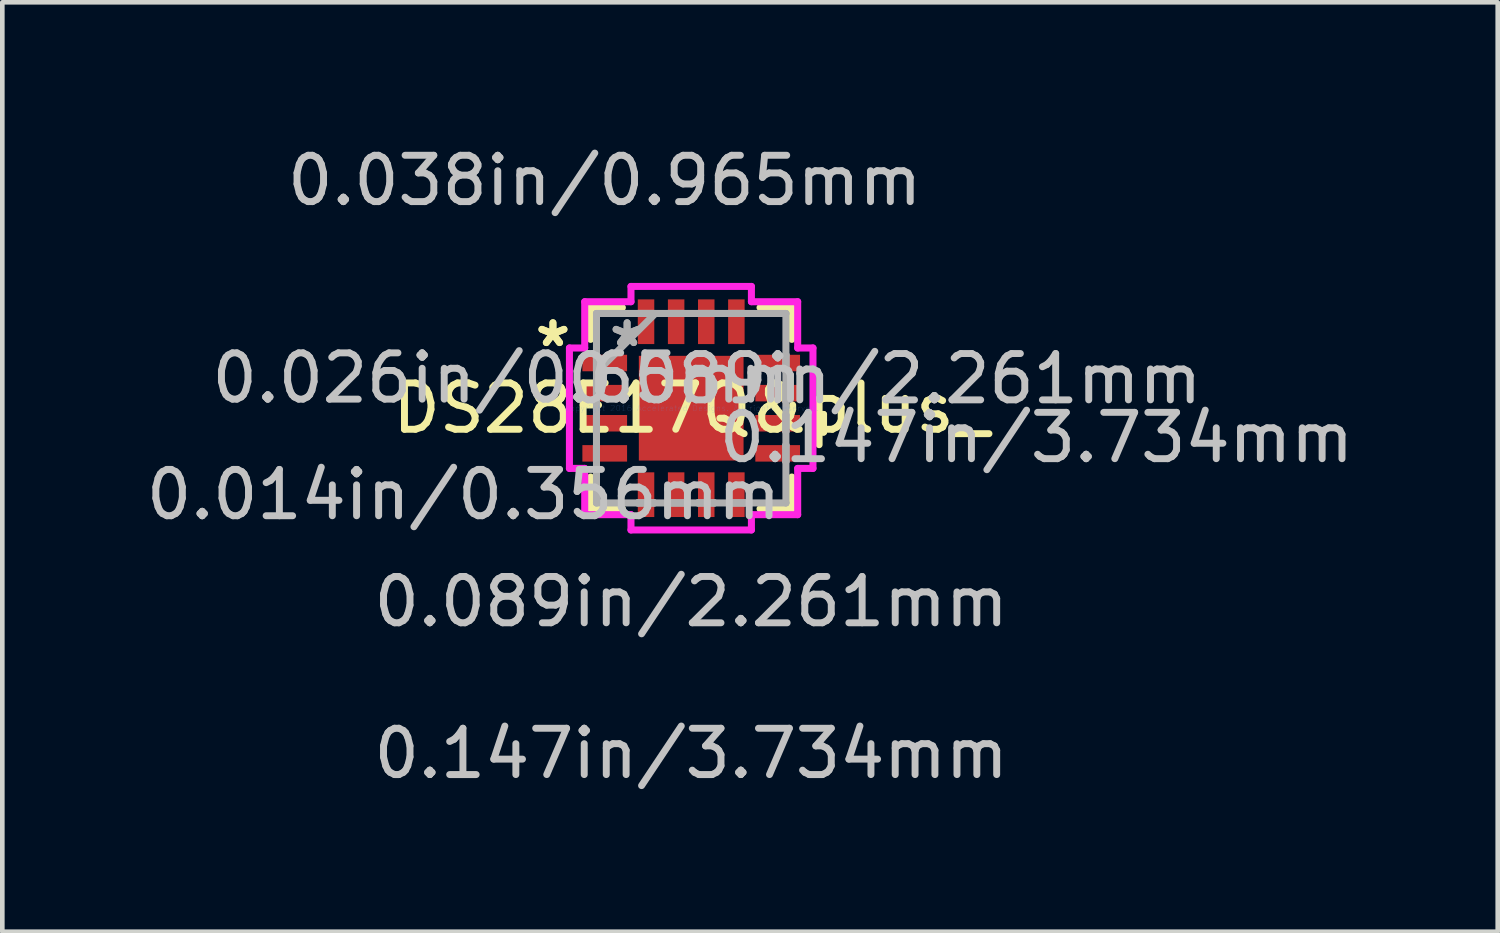
<source format=kicad_pcb>
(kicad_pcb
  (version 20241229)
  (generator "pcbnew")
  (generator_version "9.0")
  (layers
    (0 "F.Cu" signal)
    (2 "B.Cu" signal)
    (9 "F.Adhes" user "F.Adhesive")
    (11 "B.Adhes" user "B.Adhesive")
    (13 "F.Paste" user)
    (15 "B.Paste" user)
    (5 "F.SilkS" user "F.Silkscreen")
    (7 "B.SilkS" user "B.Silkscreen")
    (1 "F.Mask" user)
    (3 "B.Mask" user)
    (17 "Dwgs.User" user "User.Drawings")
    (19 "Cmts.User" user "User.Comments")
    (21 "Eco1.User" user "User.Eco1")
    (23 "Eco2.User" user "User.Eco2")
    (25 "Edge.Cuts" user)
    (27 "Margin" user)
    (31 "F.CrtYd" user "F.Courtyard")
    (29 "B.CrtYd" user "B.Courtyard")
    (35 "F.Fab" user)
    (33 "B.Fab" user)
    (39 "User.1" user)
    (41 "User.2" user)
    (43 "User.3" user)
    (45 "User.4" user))
  (footprint "DS28E17Q&plus_"
    (layer "F.Cu")
    (at 11.873 5.763)
    (property "Reference" "DS28E17Q&plus_" (at 0 0 0) (layer "F.SilkS") (effects (font (size 1 1) (thickness 0.15))))
    (attr through_hole)
    (fp_line (start -2.172 -2.172) (end -2.172 -1.486) (stroke (width 0.152) (type solid)) (layer "F.SilkS"))
    (fp_line (start -2.172 1.486) (end -2.172 2.172) (stroke (width 0.152) (type solid)) (layer "F.SilkS"))
    (fp_line (start -2.172 2.172) (end -1.486 2.172) (stroke (width 0.152) (type solid)) (layer "F.SilkS"))
    (fp_line (start -1.486 -2.172) (end -2.172 -2.172) (stroke (width 0.152) (type solid)) (layer "F.SilkS"))
    (fp_line (start 1.486 2.172) (end 2.172 2.172) (stroke (width 0.152) (type solid)) (layer "F.SilkS"))
    (fp_line (start 2.172 -2.172) (end 1.486 -2.172) (stroke (width 0.152) (type solid)) (layer "F.SilkS"))
    (fp_line (start 2.172 -1.486) (end 2.172 -2.172) (stroke (width 0.152) (type solid)) (layer "F.SilkS"))
    (fp_line (start 2.172 2.172) (end 2.172 1.486) (stroke (width 0.152) (type solid)) (layer "F.SilkS"))
    (fp_line (start 2.603 0.135) (end 2.857 0.135) (stroke (width 0.152) (type solid)) (layer "F.SilkS"))
    (fp_line (start 2.603 0.516) (end 2.603 0.135) (stroke (width 0.152) (type solid)) (layer "F.SilkS"))
    (fp_line (start 2.857 0.135) (end 2.857 0.516) (stroke (width 0.152) (type solid)) (layer "F.SilkS"))
    (fp_line (start 2.857 0.516) (end 2.603 0.516) (stroke (width 0.152) (type solid)) (layer "F.SilkS"))
    (fp_line (start -1.13 -1.13) (end -1.13 1.13) (stroke (width 0.152) (type solid)) (layer "F.Paste"))
    (fp_line (start -1.13 1.13) (end 1.13 1.13) (stroke (width 0.152) (type solid)) (layer "F.Paste"))
    (fp_line (start 1.13 -1.13) (end -1.13 -1.13) (stroke (width 0.152) (type solid)) (layer "F.Paste"))
    (fp_line (start 1.13 1.13) (end 1.13 -1.13) (stroke (width 0.152) (type solid)) (layer "F.Paste"))
    (fp_line (start -2.629 -1.3) (end -2.299 -1.3) (stroke (width 0.152) (type solid)) (layer "F.CrtYd"))
    (fp_line (start -2.629 1.3) (end -2.629 -1.3) (stroke (width 0.152) (type solid)) (layer "F.CrtYd"))
    (fp_line (start -2.299 -2.299) (end -1.3 -2.299) (stroke (width 0.152) (type solid)) (layer "F.CrtYd"))
    (fp_line (start -2.299 -1.3) (end -2.299 -2.299) (stroke (width 0.152) (type solid)) (layer "F.CrtYd"))
    (fp_line (start -2.299 1.3) (end -2.629 1.3) (stroke (width 0.152) (type solid)) (layer "F.CrtYd"))
    (fp_line (start -2.299 2.299) (end -2.299 1.3) (stroke (width 0.152) (type solid)) (layer "F.CrtYd"))
    (fp_line (start -1.3 -2.629) (end 1.3 -2.629) (stroke (width 0.152) (type solid)) (layer "F.CrtYd"))
    (fp_line (start -1.3 -2.299) (end -1.3 -2.629) (stroke (width 0.152) (type solid)) (layer "F.CrtYd"))
    (fp_line (start -1.3 2.299) (end -2.299 2.299) (stroke (width 0.152) (type solid)) (layer "F.CrtYd"))
    (fp_line (start -1.3 2.629) (end -1.3 2.299) (stroke (width 0.152) (type solid)) (layer "F.CrtYd"))
    (fp_line (start 1.3 -2.629) (end 1.3 -2.299) (stroke (width 0.152) (type solid)) (layer "F.CrtYd"))
    (fp_line (start 1.3 -2.299) (end 2.299 -2.299) (stroke (width 0.152) (type solid)) (layer "F.CrtYd"))
    (fp_line (start 1.3 2.299) (end 1.3 2.629) (stroke (width 0.152) (type solid)) (layer "F.CrtYd"))
    (fp_line (start 1.3 2.629) (end -1.3 2.629) (stroke (width 0.152) (type solid)) (layer "F.CrtYd"))
    (fp_line (start 2.299 -2.299) (end 2.299 -1.3) (stroke (width 0.152) (type solid)) (layer "F.CrtYd"))
    (fp_line (start 2.299 -1.3) (end 2.629 -1.3) (stroke (width 0.152) (type solid)) (layer "F.CrtYd"))
    (fp_line (start 2.299 1.3) (end 2.299 2.299) (stroke (width 0.152) (type solid)) (layer "F.CrtYd"))
    (fp_line (start 2.299 2.299) (end 1.3 2.299) (stroke (width 0.152) (type solid)) (layer "F.CrtYd"))
    (fp_line (start 2.629 -1.3) (end 2.629 1.3) (stroke (width 0.152) (type solid)) (layer "F.CrtYd"))
    (fp_line (start 2.629 1.3) (end 2.299 1.3) (stroke (width 0.152) (type solid)) (layer "F.CrtYd"))
    (fp_line (start -2.045 -2.045) (end -2.045 -2.045) (stroke (width 0.152) (type solid)) (layer "F.Fab"))
    (fp_line (start -2.045 -2.045) (end -2.045 2.045) (stroke (width 0.152) (type solid)) (layer "F.Fab"))
    (fp_line (start -2.045 -1.153) (end -2.045 -1.153) (stroke (width 0.152) (type solid)) (layer "F.Fab"))
    (fp_line (start -2.045 -1.153) (end -2.045 -0.797) (stroke (width 0.152) (type solid)) (layer "F.Fab"))
    (fp_line (start -2.045 -0.797) (end -2.045 -1.153) (stroke (width 0.152) (type solid)) (layer "F.Fab"))
    (fp_line (start -2.045 -0.797) (end -2.045 -0.797) (stroke (width 0.152) (type solid)) (layer "F.Fab"))
    (fp_line (start -2.045 -0.775) (end -0.775 -2.045) (stroke (width 0.152) (type solid)) (layer "F.Fab"))
    (fp_line (start -2.045 -0.503) (end -2.045 -0.503) (stroke (width 0.152) (type solid)) (layer "F.Fab"))
    (fp_line (start -2.045 -0.503) (end -2.045 -0.147) (stroke (width 0.152) (type solid)) (layer "F.Fab"))
    (fp_line (start -2.045 -0.147) (end -2.045 -0.503) (stroke (width 0.152) (type solid)) (layer "F.Fab"))
    (fp_line (start -2.045 -0.147) (end -2.045 -0.147) (stroke (width 0.152) (type solid)) (layer "F.Fab"))
    (fp_line (start -2.045 0.147) (end -2.045 0.147) (stroke (width 0.152) (type solid)) (layer "F.Fab"))
    (fp_line (start -2.045 0.147) (end -2.045 0.503) (stroke (width 0.152) (type solid)) (layer "F.Fab"))
    (fp_line (start -2.045 0.503) (end -2.045 0.147) (stroke (width 0.152) (type solid)) (layer "F.Fab"))
    (fp_line (start -2.045 0.503) (end -2.045 0.503) (stroke (width 0.152) (type solid)) (layer "F.Fab"))
    (fp_line (start -2.045 0.797) (end -2.045 0.797) (stroke (width 0.152) (type solid)) (layer "F.Fab"))
    (fp_line (start -2.045 0.797) (end -2.045 1.153) (stroke (width 0.152) (type solid)) (layer "F.Fab"))
    (fp_line (start -2.045 1.153) (end -2.045 0.797) (stroke (width 0.152) (type solid)) (layer "F.Fab"))
    (fp_line (start -2.045 1.153) (end -2.045 1.153) (stroke (width 0.152) (type solid)) (layer "F.Fab"))
    (fp_line (start -2.045 2.045) (end -2.045 2.045) (stroke (width 0.152) (type solid)) (layer "F.Fab"))
    (fp_line (start -2.045 2.045) (end 2.045 2.045) (stroke (width 0.152) (type solid)) (layer "F.Fab"))
    (fp_line (start -1.153 -2.045) (end -1.153 -2.045) (stroke (width 0.152) (type solid)) (layer "F.Fab"))
    (fp_line (start -1.153 -2.045) (end -0.797 -2.045) (stroke (width 0.152) (type solid)) (layer "F.Fab"))
    (fp_line (start -1.153 2.045) (end -1.153 2.045) (stroke (width 0.152) (type solid)) (layer "F.Fab"))
    (fp_line (start -1.153 2.045) (end -0.797 2.045) (stroke (width 0.152) (type solid)) (layer "F.Fab"))
    (fp_line (start -0.797 -2.045) (end -1.153 -2.045) (stroke (width 0.152) (type solid)) (layer "F.Fab"))
    (fp_line (start -0.797 -2.045) (end -0.797 -2.045) (stroke (width 0.152) (type solid)) (layer "F.Fab"))
    (fp_line (start -0.797 2.045) (end -1.153 2.045) (stroke (width 0.152) (type solid)) (layer "F.Fab"))
    (fp_line (start -0.797 2.045) (end -0.797 2.045) (stroke (width 0.152) (type solid)) (layer "F.Fab"))
    (fp_line (start -0.503 -2.045) (end -0.503 -2.045) (stroke (width 0.152) (type solid)) (layer "F.Fab"))
    (fp_line (start -0.503 -2.045) (end -0.147 -2.045) (stroke (width 0.152) (type solid)) (layer "F.Fab"))
    (fp_line (start -0.503 2.045) (end -0.503 2.045) (stroke (width 0.152) (type solid)) (layer "F.Fab"))
    (fp_line (start -0.503 2.045) (end -0.147 2.045) (stroke (width 0.152) (type solid)) (layer "F.Fab"))
    (fp_line (start -0.147 -2.045) (end -0.503 -2.045) (stroke (width 0.152) (type solid)) (layer "F.Fab"))
    (fp_line (start -0.147 -2.045) (end -0.147 -2.045) (stroke (width 0.152) (type solid)) (layer "F.Fab"))
    (fp_line (start -0.147 2.045) (end -0.503 2.045) (stroke (width 0.152) (type solid)) (layer "F.Fab"))
    (fp_line (start -0.147 2.045) (end -0.147 2.045) (stroke (width 0.152) (type solid)) (layer "F.Fab"))
    (fp_line (start 0.147 -2.045) (end 0.147 -2.045) (stroke (width 0.152) (type solid)) (layer "F.Fab"))
    (fp_line (start 0.147 -2.045) (end 0.503 -2.045) (stroke (width 0.152) (type solid)) (layer "F.Fab"))
    (fp_line (start 0.147 2.045) (end 0.147 2.045) (stroke (width 0.152) (type solid)) (layer "F.Fab"))
    (fp_line (start 0.147 2.045) (end 0.503 2.045) (stroke (width 0.152) (type solid)) (layer "F.Fab"))
    (fp_line (start 0.503 -2.045) (end 0.147 -2.045) (stroke (width 0.152) (type solid)) (layer "F.Fab"))
    (fp_line (start 0.503 -2.045) (end 0.503 -2.045) (stroke (width 0.152) (type solid)) (layer "F.Fab"))
    (fp_line (start 0.503 2.045) (end 0.147 2.045) (stroke (width 0.152) (type solid)) (layer "F.Fab"))
    (fp_line (start 0.503 2.045) (end 0.503 2.045) (stroke (width 0.152) (type solid)) (layer "F.Fab"))
    (fp_line (start 0.797 -2.045) (end 0.797 -2.045) (stroke (width 0.152) (type solid)) (layer "F.Fab"))
    (fp_line (start 0.797 -2.045) (end 1.153 -2.045) (stroke (width 0.152) (type solid)) (layer "F.Fab"))
    (fp_line (start 0.797 2.045) (end 0.797 2.045) (stroke (width 0.152) (type solid)) (layer "F.Fab"))
    (fp_line (start 0.797 2.045) (end 1.153 2.045) (stroke (width 0.152) (type solid)) (layer "F.Fab"))
    (fp_line (start 1.153 -2.045) (end 0.797 -2.045) (stroke (width 0.152) (type solid)) (layer "F.Fab"))
    (fp_line (start 1.153 -2.045) (end 1.153 -2.045) (stroke (width 0.152) (type solid)) (layer "F.Fab"))
    (fp_line (start 1.153 2.045) (end 0.797 2.045) (stroke (width 0.152) (type solid)) (layer "F.Fab"))
    (fp_line (start 1.153 2.045) (end 1.153 2.045) (stroke (width 0.152) (type solid)) (layer "F.Fab"))
    (fp_line (start 2.045 -2.045) (end -2.045 -2.045) (stroke (width 0.152) (type solid)) (layer "F.Fab"))
    (fp_line (start 2.045 -2.045) (end 2.045 -2.045) (stroke (width 0.152) (type solid)) (layer "F.Fab"))
    (fp_line (start 2.045 -1.153) (end 2.045 -1.153) (stroke (width 0.152) (type solid)) (layer "F.Fab"))
    (fp_line (start 2.045 -1.153) (end 2.045 -0.797) (stroke (width 0.152) (type solid)) (layer "F.Fab"))
    (fp_line (start 2.045 -0.797) (end 2.045 -1.153) (stroke (width 0.152) (type solid)) (layer "F.Fab"))
    (fp_line (start 2.045 -0.797) (end 2.045 -0.797) (stroke (width 0.152) (type solid)) (layer "F.Fab"))
    (fp_line (start 2.045 -0.503) (end 2.045 -0.503) (stroke (width 0.152) (type solid)) (layer "F.Fab"))
    (fp_line (start 2.045 -0.503) (end 2.045 -0.147) (stroke (width 0.152) (type solid)) (layer "F.Fab"))
    (fp_line (start 2.045 -0.147) (end 2.045 -0.503) (stroke (width 0.152) (type solid)) (layer "F.Fab"))
    (fp_line (start 2.045 -0.147) (end 2.045 -0.147) (stroke (width 0.152) (type solid)) (layer "F.Fab"))
    (fp_line (start 2.045 0.147) (end 2.045 0.147) (stroke (width 0.152) (type solid)) (layer "F.Fab"))
    (fp_line (start 2.045 0.147) (end 2.045 0.503) (stroke (width 0.152) (type solid)) (layer "F.Fab"))
    (fp_line (start 2.045 0.503) (end 2.045 0.147) (stroke (width 0.152) (type solid)) (layer "F.Fab"))
    (fp_line (start 2.045 0.503) (end 2.045 0.503) (stroke (width 0.152) (type solid)) (layer "F.Fab"))
    (fp_line (start 2.045 0.797) (end 2.045 0.797) (stroke (width 0.152) (type solid)) (layer "F.Fab"))
    (fp_line (start 2.045 0.797) (end 2.045 1.153) (stroke (width 0.152) (type solid)) (layer "F.Fab"))
    (fp_line (start 2.045 1.153) (end 2.045 0.797) (stroke (width 0.152) (type solid)) (layer "F.Fab"))
    (fp_line (start 2.045 1.153) (end 2.045 1.153) (stroke (width 0.152) (type solid)) (layer "F.Fab"))
    (fp_line (start 2.045 2.045) (end 2.045 -2.045) (stroke (width 0.152) (type solid)) (layer "F.Fab"))
    (fp_line (start 2.045 2.045) (end 2.045 2.045) (stroke (width 0.152) (type solid)) (layer "F.Fab"))
    (fp_text user "*" (at -2.985 -1.3 0) (layer "F.SilkS") (effects (font (size 1 1) (thickness 0.15))))
    (fp_text user "*" (at -2.985 -1.3 0) (layer "F.SilkS") (effects (font (size 1 1) (thickness 0.15))))
    (fp_text user "0.147in/3.734mm" (at 7.455 0.635 0) (layer "Dwgs.User") (effects (font (size 1 1) (thickness 0.15))))
    (fp_text user "0.014in/0.356mm" (at -4.915 1.867 0) (layer "Dwgs.User") (effects (font (size 1 1) (thickness 0.15))))
    (fp_text user "0.089in/2.261mm" (at 0 4.178 0) (layer "Dwgs.User") (effects (font (size 1 1) (thickness 0.15))))
    (fp_text user "0.089in/2.261mm" (at 4.178 -0.635 0) (layer "Dwgs.User") (effects (font (size 1 1) (thickness 0.15))))
    (fp_text user "0.038in/0.965mm" (at -1.867 -4.915 0) (layer "Dwgs.User") (effects (font (size 1 1) (thickness 0.15))))
    (fp_text user "0.147in/3.734mm" (at 0 7.455 0) (layer "Dwgs.User") (effects (font (size 1 1) (thickness 0.15))))
    (fp_text user "0.026in/0.65mm" (at -3.975 -0.65 0) (layer "Dwgs.User") (effects (font (size 1 1) (thickness 0.15))))
    (fp_text user "Copyright 2016 Accelerated Designs. All rights reserved." (at 0 0 0) (layer "Cmts.User") (effects (font (size 0.127 0.127) (thickness 0.002))))
    (fp_text user "*" (at -1.384 -1.3 0) (layer "F.Fab") (effects (font (size 1 1) (thickness 0.15))))
    (fp_text user "*" (at -1.384 -1.3 0) (layer "F.Fab") (effects (font (size 1 1) (thickness 0.15))))
    (pad "1" smd rect (at -1.867 -0.975 90) (size 0.356 0.965) (layers "F.Cu" "F.Mask" "F.Paste"))
    (pad "2" smd rect (at -1.867 -0.325 90) (size 0.356 0.965) (layers "F.Cu" "F.Mask" "F.Paste"))
    (pad "3" smd rect (at -1.867 0.325 90) (size 0.356 0.965) (layers "F.Cu" "F.Mask" "F.Paste"))
    (pad "4" smd rect (at -1.867 0.975 90) (size 0.356 0.965) (layers "F.Cu" "F.Mask" "F.Paste"))
    (pad "5" smd rect (at -0.975 1.867) (size 0.356 0.965) (layers "F.Cu" "F.Mask" "F.Paste"))
    (pad "6" smd rect (at -0.325 1.867) (size 0.356 0.965) (layers "F.Cu" "F.Mask" "F.Paste"))
    (pad "7" smd rect (at 0.325 1.867) (size 0.356 0.965) (layers "F.Cu" "F.Mask" "F.Paste"))
    (pad "8" smd rect (at 0.975 1.867) (size 0.356 0.965) (layers "F.Cu" "F.Mask" "F.Paste"))
    (pad "9" smd rect (at 1.867 0.975 90) (size 0.356 0.965) (layers "F.Cu" "F.Mask" "F.Paste"))
    (pad "10" smd rect (at 1.867 0.325 90) (size 0.356 0.965) (layers "F.Cu" "F.Mask" "F.Paste"))
    (pad "11" smd rect (at 1.867 -0.325 90) (size 0.356 0.965) (layers "F.Cu" "F.Mask" "F.Paste"))
    (pad "12" smd rect (at 1.867 -0.975 90) (size 0.356 0.965) (layers "F.Cu" "F.Mask" "F.Paste"))
    (pad "13" smd rect (at 0.975 -1.867) (size 0.356 0.965) (layers "F.Cu" "F.Mask" "F.Paste"))
    (pad "14" smd rect (at 0.325 -1.867) (size 0.356 0.965) (layers "F.Cu" "F.Mask" "F.Paste"))
    (pad "15" smd rect (at -0.325 -1.867) (size 0.356 0.965) (layers "F.Cu" "F.Mask" "F.Paste"))
    (pad "16" smd rect (at -0.975 -1.867) (size 0.356 0.965) (layers "F.Cu" "F.Mask" "F.Paste"))
    (pad "17" smd rect (at 0 0) (size 2.261 2.261) (layers "F.Cu" "F.Mask" "F.Paste")))
  (gr_rect
    (start -3 -3)
    (end 29.286 17.066)
    (stroke (width 0.1) (type default))
    (fill no)
    (layer "Edge.Cuts")))
</source>
